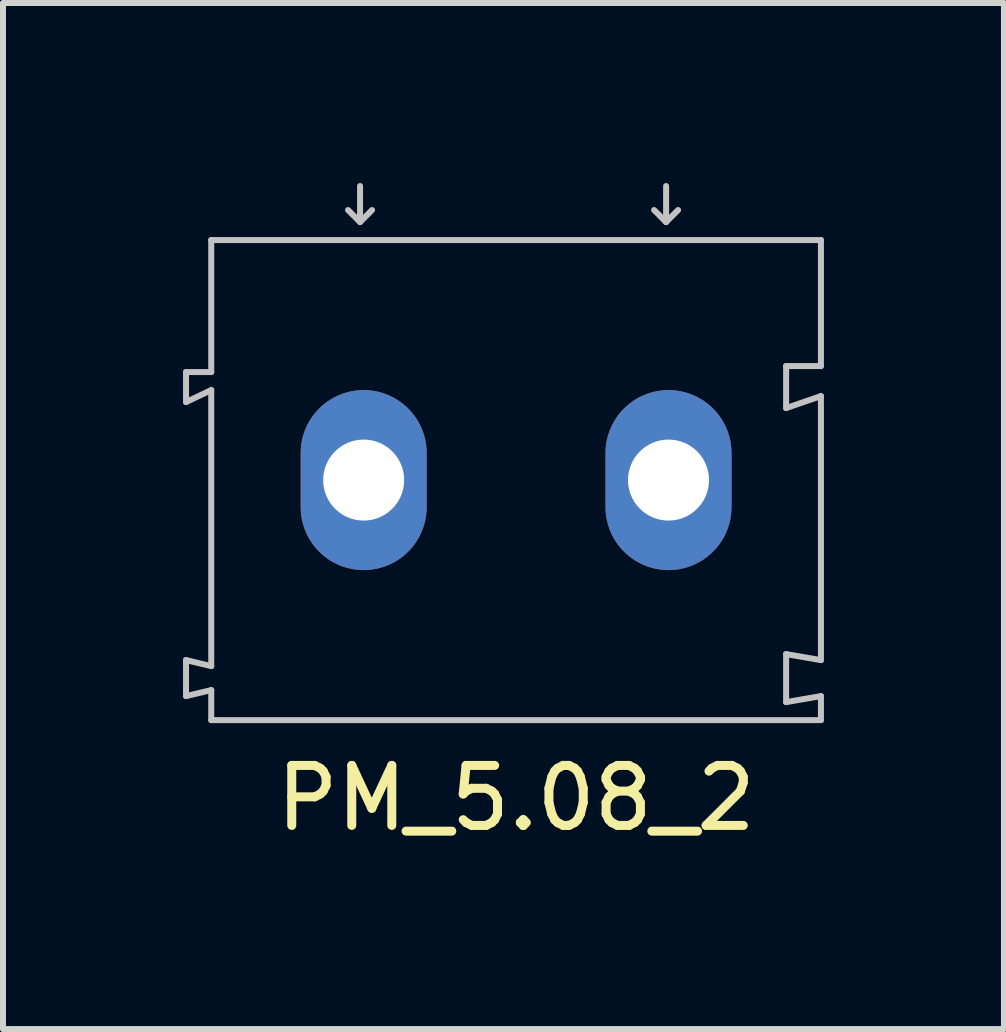
<source format=kicad_pcb>
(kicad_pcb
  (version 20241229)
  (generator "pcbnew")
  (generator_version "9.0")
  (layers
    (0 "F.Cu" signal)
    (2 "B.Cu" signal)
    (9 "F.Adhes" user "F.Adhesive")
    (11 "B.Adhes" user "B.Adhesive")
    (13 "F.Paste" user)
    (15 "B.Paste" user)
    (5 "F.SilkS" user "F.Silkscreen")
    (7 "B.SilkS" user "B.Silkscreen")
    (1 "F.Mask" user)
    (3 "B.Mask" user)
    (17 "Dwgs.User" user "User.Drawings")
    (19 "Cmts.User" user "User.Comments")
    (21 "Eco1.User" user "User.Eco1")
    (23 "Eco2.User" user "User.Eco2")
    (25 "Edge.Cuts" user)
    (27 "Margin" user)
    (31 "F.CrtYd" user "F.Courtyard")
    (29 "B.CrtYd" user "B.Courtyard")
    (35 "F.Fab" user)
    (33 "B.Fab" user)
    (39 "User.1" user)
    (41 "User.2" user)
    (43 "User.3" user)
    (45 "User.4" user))
  (footprint "PM_5.08_2"
    (layer "F.Cu")
    (at 5.55 4.95)
    (property "Reference" "PM_5.08_2" (at 0 5.3 0) (layer "F.SilkS") (effects (font (size 1 1) (thickness 0.15))))
    (attr through_hole)
    (fp_line (start -5.5 -1.8) (end -5.5 -1.3) (stroke (width 0.1) (type solid)) (layer "Dwgs.User"))
    (fp_line (start -5.5 -1.3) (end -5.08 -1.5) (stroke (width 0.1) (type solid)) (layer "Dwgs.User"))
    (fp_line (start -5.5 3) (end -5.08 3.1) (stroke (width 0.1) (type solid)) (layer "Dwgs.User"))
    (fp_line (start -5.5 3.6) (end -5.5 3) (stroke (width 0.1) (type solid)) (layer "Dwgs.User"))
    (fp_line (start -5.08 -4) (end -5.08 -1.8) (stroke (width 0.1) (type solid)) (layer "Dwgs.User"))
    (fp_line (start -5.08 -1.8) (end -5.5 -1.8) (stroke (width 0.1) (type solid)) (layer "Dwgs.User"))
    (fp_line (start -5.08 3.1) (end -5.08 -1.5) (stroke (width 0.1) (type solid)) (layer "Dwgs.User"))
    (fp_line (start -5.08 3.5) (end -5.5 3.6) (stroke (width 0.1) (type solid)) (layer "Dwgs.User"))
    (fp_line (start -5.08 4) (end -5.08 3.5) (stroke (width 0.1) (type solid)) (layer "Dwgs.User"))
    (fp_line (start -5.08 4) (end 5.08 4) (stroke (width 0.1) (type solid)) (layer "Dwgs.User"))
    (fp_line (start -2.6 -4.3) (end -2.8 -4.5) (stroke (width 0.1) (type solid)) (layer "Dwgs.User"))
    (fp_line (start -2.6 -4.3) (end -2.6 -4.9) (stroke (width 0.1) (type solid)) (layer "Dwgs.User"))
    (fp_line (start -2.6 -4.3) (end -2.4 -4.5) (stroke (width 0.1) (type solid)) (layer "Dwgs.User"))
    (fp_line (start 2.5 -4.3) (end 2.3 -4.5) (stroke (width 0.1) (type solid)) (layer "Dwgs.User"))
    (fp_line (start 2.5 -4.3) (end 2.5 -4.9) (stroke (width 0.1) (type solid)) (layer "Dwgs.User"))
    (fp_line (start 2.5 -4.3) (end 2.7 -4.5) (stroke (width 0.1) (type solid)) (layer "Dwgs.User"))
    (fp_line (start 4.5 -1.9) (end 4.5 -1.2) (stroke (width 0.1) (type solid)) (layer "Dwgs.User"))
    (fp_line (start 4.5 -1.2) (end 5.08 -1.4) (stroke (width 0.1) (type solid)) (layer "Dwgs.User"))
    (fp_line (start 4.5 3.7) (end 4.5 2.9) (stroke (width 0.1) (type solid)) (layer "Dwgs.User"))
    (fp_line (start 4.5 3.7) (end 5.08 3.6) (stroke (width 0.1) (type solid)) (layer "Dwgs.User"))
    (fp_line (start 5.08 -4) (end -5.08 -4) (stroke (width 0.1) (type solid)) (layer "Dwgs.User"))
    (fp_line (start 5.08 -4) (end 5.08 -1.9) (stroke (width 0.1) (type solid)) (layer "Dwgs.User"))
    (fp_line (start 5.08 -1.9) (end 4.5 -1.9) (stroke (width 0.1) (type solid)) (layer "Dwgs.User"))
    (fp_line (start 5.08 -1.4) (end 5.08 3) (stroke (width 0.1) (type solid)) (layer "Dwgs.User"))
    (fp_line (start 5.08 3) (end 4.5 2.9) (stroke (width 0.1) (type solid)) (layer "Dwgs.User"))
    (fp_line (start 5.08 3.6) (end 5.08 4) (stroke (width 0.1) (type solid)) (layer "Dwgs.User"))
    (pad "1" thru_hole oval (at 2.54 0) (size 2.1 3) (drill 1.35) (layers "*.Cu" "*.Mask"))
    (pad "2" thru_hole oval (at -2.54 0) (size 2.1 3) (drill 1.35) (layers "*.Cu" "*.Mask")))
  (gr_rect
    (start -3 -3)
    (end 13.68 14.098)
    (stroke (width 0.1) (type default))
    (fill no)
    (layer "Edge.Cuts")))
</source>
